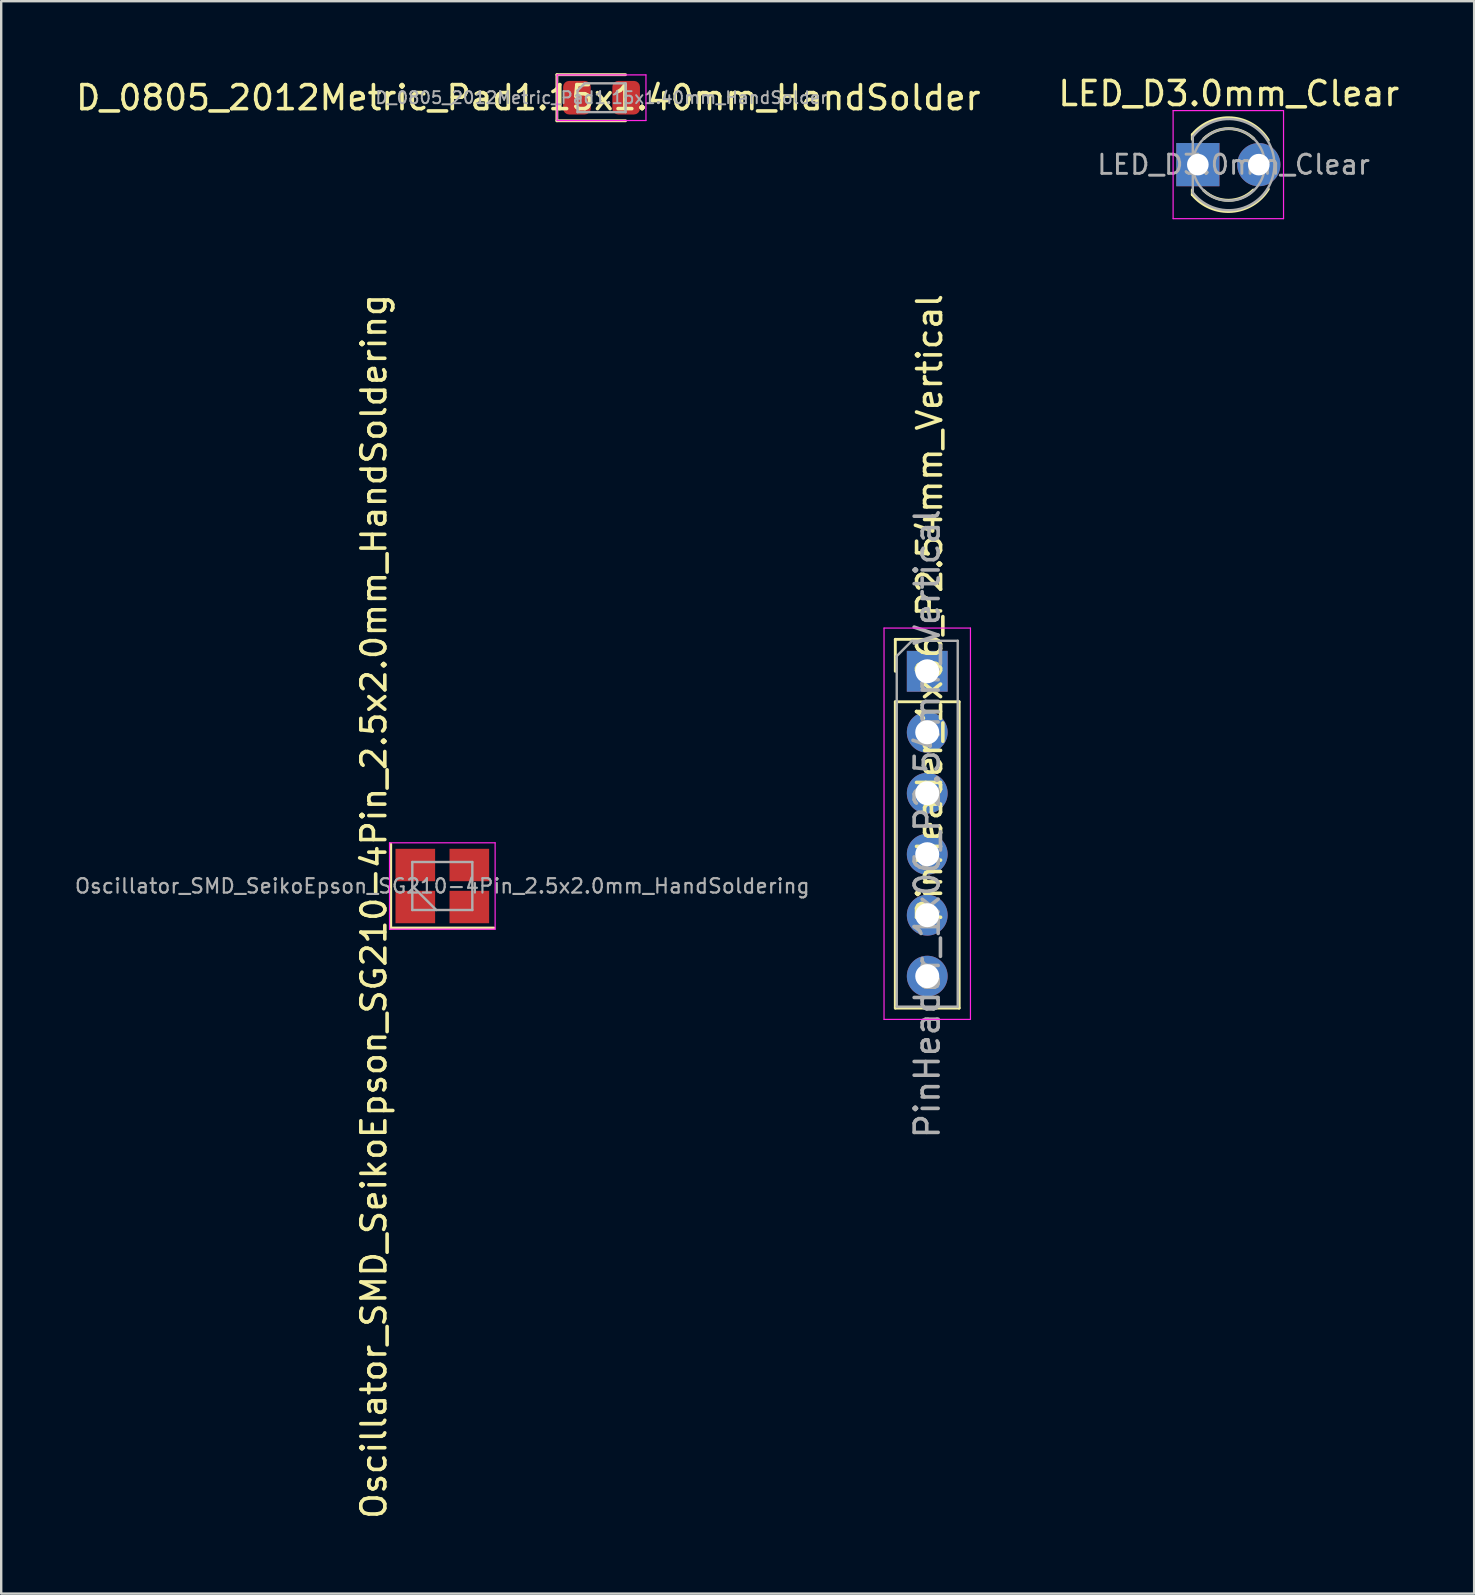
<source format=kicad_pcb>
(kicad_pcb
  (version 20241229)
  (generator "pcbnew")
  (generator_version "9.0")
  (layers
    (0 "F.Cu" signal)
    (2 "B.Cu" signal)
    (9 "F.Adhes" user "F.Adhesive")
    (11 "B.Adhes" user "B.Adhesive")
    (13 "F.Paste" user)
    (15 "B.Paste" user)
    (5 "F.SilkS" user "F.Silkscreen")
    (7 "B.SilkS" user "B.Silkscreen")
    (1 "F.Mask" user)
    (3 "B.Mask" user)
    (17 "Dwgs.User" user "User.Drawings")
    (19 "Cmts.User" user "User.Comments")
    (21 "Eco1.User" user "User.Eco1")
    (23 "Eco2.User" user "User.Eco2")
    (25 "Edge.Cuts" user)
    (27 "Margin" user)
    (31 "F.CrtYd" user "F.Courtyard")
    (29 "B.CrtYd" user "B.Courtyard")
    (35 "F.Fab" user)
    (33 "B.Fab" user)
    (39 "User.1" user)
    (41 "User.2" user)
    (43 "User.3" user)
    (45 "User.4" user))
  (footprint "D_0805_2012Metric_Pad1.15x1.40mm_HandSolder"
    (layer "F.Cu")
    (at 22.008 1.02)
    (property "Reference" "D_0805_2012Metric_Pad1.15x1.40mm_HandSolder" (at -3.05 0 0) (layer "F.SilkS") (effects (font (size 1 1) (thickness 0.15))))
    (attr smd)
    (fp_line (start -1.86 -0.96) (end -1.86 0.96) (stroke (width 0.12) (type solid)) (layer "F.SilkS"))
    (fp_line (start -1.86 0.96) (end 1 0.96) (stroke (width 0.12) (type solid)) (layer "F.SilkS"))
    (fp_line (start 1 -0.96) (end -1.86 -0.96) (stroke (width 0.12) (type solid)) (layer "F.SilkS"))
    (fp_line (start -1.85 -0.95) (end 1.85 -0.95) (stroke (width 0.05) (type solid)) (layer "F.CrtYd"))
    (fp_line (start -1.85 0.95) (end -1.85 -0.95) (stroke (width 0.05) (type solid)) (layer "F.CrtYd"))
    (fp_line (start 1.85 -0.95) (end 1.85 0.95) (stroke (width 0.05) (type solid)) (layer "F.CrtYd"))
    (fp_line (start 1.85 0.95) (end -1.85 0.95) (stroke (width 0.05) (type solid)) (layer "F.CrtYd"))
    (fp_line (start -1 -0.3) (end -1 0.6) (stroke (width 0.1) (type solid)) (layer "F.Fab"))
    (fp_line (start -1 0.6) (end 1 0.6) (stroke (width 0.1) (type solid)) (layer "F.Fab"))
    (fp_line (start -0.7 -0.6) (end -1 -0.3) (stroke (width 0.1) (type solid)) (layer "F.Fab"))
    (fp_line (start 1 -0.6) (end -0.7 -0.6) (stroke (width 0.1) (type solid)) (layer "F.Fab"))
    (fp_line (start 1 0.6) (end 1 -0.6) (stroke (width 0.1) (type solid)) (layer "F.Fab"))
    (fp_text user "${REFERENCE}" (at 0 0 0) (layer "F.Fab") (effects (font (size 0.5 0.5) (thickness 0.08))))
    (pad "1" smd roundrect (at -1.025 0) (size 1.15 1.4) (layers "F.Cu" "F.Mask" "F.Paste") (roundrect_rratio 0.217))
    (pad "2" smd roundrect (at 1.025 0) (size 1.15 1.4) (layers "F.Cu" "F.Mask" "F.Paste") (roundrect_rratio 0.217)))
  (footprint "LED_D3.0mm_Clear"
    (layer "F.Cu")
    (at 48.117 3.808)
    (property "Reference" "LED_D3.0mm_Clear" (at 0.02 -2.96 0) (layer "F.SilkS") (effects (font (size 1 1) (thickness 0.15))))
    (attr through_hole)
    (fp_circle (center 0 0) (end 1.2 0) (stroke (width 0) (type solid)) (fill yes) (layer "F.Mask"))
    (fp_circle (center 0 0) (end 1.2 0) (stroke (width 0) (type solid)) (fill yes) (layer "B.Mask"))
    (fp_line (start -1.5 -1.25) (end -1.5 -1.05) (stroke (width 0.12) (type solid)) (layer "F.SilkS"))
    (fp_line (start -1.5 1.05) (end -1.5 1.25) (stroke (width 0.12) (type solid)) (layer "F.SilkS"))
    (fp_arc (start -1.5 -1.25) (mid 0.143191 -1.947305) (end 1.66671 -1.017142) (stroke (width 0.12) (type solid)) (layer "F.SilkS"))
    (fp_arc (start -1.02 -1.08) (mid 0.020809 -1.499333) (end 1.061165 -1.078877) (stroke (width 0.12) (type solid)) (layer "F.SilkS"))
    (fp_arc (start 1.041898 1.05889) (mid 0.015208 1.485452) (end -1.02 1.08) (stroke (width 0.12) (type solid)) (layer "F.SilkS"))
    (fp_arc (start 1.66671 1.017142) (mid 0.143191 1.947305) (end -1.5 1.25) (stroke (width 0.12) (type solid)) (layer "F.SilkS"))
    (fp_line (start -2.3 -2.25) (end -2.3 2.25) (stroke (width 0.05) (type solid)) (layer "F.CrtYd"))
    (fp_line (start -2.3 2.25) (end 2.3 2.25) (stroke (width 0.05) (type solid)) (layer "F.CrtYd"))
    (fp_line (start 2.3 -2.25) (end -2.3 -2.25) (stroke (width 0.05) (type solid)) (layer "F.CrtYd"))
    (fp_line (start 2.3 2.25) (end 2.3 -2.25) (stroke (width 0.05) (type solid)) (layer "F.CrtYd"))
    (fp_line (start -1.48 -1.166) (end -1.48 1.166) (stroke (width 0.1) (type solid)) (layer "F.Fab"))
    (fp_arc (start -1.48 -1.16619) (mid 1.92 0.000452) (end -1.480555 1.165476) (stroke (width 0.1) (type solid)) (layer "F.Fab"))
    (fp_circle (center 0.02 0) (end 1.52 0) (stroke (width 0.1) (type solid)) (fill no) (layer "F.Fab"))
    (fp_text user "${REFERENCE}" (at 0.22 0 0) (layer "F.Fab") (effects (font (size 0.8 0.8) (thickness 0.12))))
    (pad "1" thru_hole rect (at -1.27 0) (size 1.8 1.8) (drill 0.9) (layers "*.Cu" "*.Mask"))
    (pad "2" thru_hole circle (at 1.27 0) (size 1.8 1.8) (drill 0.9) (layers "*.Cu" "*.Mask"))
    (zone (net_name "") (layers "F.Cu" "B.Cu") (hatch edge 0.508) (connect_pads) (min_thickness 0.254) (filled_areas_thickness no) (keepout (tracks allowed) (vias allowed) (pads allowed) (copperpour not_allowed) (footprints allowed)) (placement (enabled no)) (fill) (polygon (pts (xy 49.317 5.108) (xy 47.117 5.108) (xy 47.117 2.508) (xy 49.317 2.508)))))
  (footprint "Oscillator_SMD_SeikoEpson_SG210-4Pin_2.5x2.0mm_HandSoldering"
    (layer "F.Cu")
    (at 15.375 33.858)
    (property "Reference" "Oscillator_SMD_SeikoEpson_SG210-4Pin_2.5x2.0mm_HandSoldering" (at -2.85 0.85 270) (layer "F.SilkS") (effects (font (size 1 1) (thickness 0.15))))
    (attr smd)
    (fp_line (start -2.15 -1.75) (end -2.15 1.75) (stroke (width 0.12) (type solid)) (layer "F.SilkS"))
    (fp_line (start -2.15 1.75) (end 2.15 1.75) (stroke (width 0.12) (type solid)) (layer "F.SilkS"))
    (fp_line (start -2.2 -1.8) (end -2.2 1.8) (stroke (width 0.05) (type solid)) (layer "F.CrtYd"))
    (fp_line (start -2.2 1.8) (end 2.2 1.8) (stroke (width 0.05) (type solid)) (layer "F.CrtYd"))
    (fp_line (start 2.2 -1.8) (end -2.2 -1.8) (stroke (width 0.05) (type solid)) (layer "F.CrtYd"))
    (fp_line (start 2.2 1.8) (end 2.2 -1.8) (stroke (width 0.05) (type solid)) (layer "F.CrtYd"))
    (fp_line (start -1.25 -1) (end -1.25 1) (stroke (width 0.1) (type solid)) (layer "F.Fab"))
    (fp_line (start -1.25 0) (end -0.25 1) (stroke (width 0.1) (type solid)) (layer "F.Fab"))
    (fp_line (start -1.25 1) (end 1.25 1) (stroke (width 0.1) (type solid)) (layer "F.Fab"))
    (fp_line (start 1.25 -1) (end -1.25 -1) (stroke (width 0.1) (type solid)) (layer "F.Fab"))
    (fp_line (start 1.25 1) (end 1.25 -1) (stroke (width 0.1) (type solid)) (layer "F.Fab"))
    (fp_text user "${REFERENCE}" (at 0 0 0) (layer "F.Fab") (effects (font (size 0.6 0.6) (thickness 0.09))))
    (pad "1" smd rect (at -1.125 0.875) (size 1.65 1.35) (layers "F.Cu" "F.Mask" "F.Paste"))
    (pad "2" smd rect (at 1.125 0.875) (size 1.65 1.35) (layers "F.Cu" "F.Mask" "F.Paste"))
    (pad "3" smd rect (at 1.125 -0.875) (size 1.65 1.35) (layers "F.Cu" "F.Mask" "F.Paste"))
    (pad "4" smd rect (at -1.125 -0.875) (size 1.65 1.35) (layers "F.Cu" "F.Mask" "F.Paste")))
  (footprint "PinHeader_1x06_P2.54mm_Vertical"
    (layer "F.Cu")
    (at 35.575 24.913)
    (property "Reference" "PinHeader_1x06_P2.54mm_Vertical" (at 0.1 -2.61 90) (layer "F.SilkS") (effects (font (size 1 1) (thickness 0.15))))
    (attr through_hole)
    (fp_line (start -1.33 -1.33) (end 0 -1.33) (stroke (width 0.12) (type solid)) (layer "F.SilkS"))
    (fp_line (start -1.33 0) (end -1.33 -1.33) (stroke (width 0.12) (type solid)) (layer "F.SilkS"))
    (fp_line (start -1.33 1.27) (end -1.33 14.03) (stroke (width 0.12) (type solid)) (layer "F.SilkS"))
    (fp_line (start -1.33 1.27) (end 1.33 1.27) (stroke (width 0.12) (type solid)) (layer "F.SilkS"))
    (fp_line (start -1.33 14.03) (end 1.33 14.03) (stroke (width 0.12) (type solid)) (layer "F.SilkS"))
    (fp_line (start 1.33 1.27) (end 1.33 14.03) (stroke (width 0.12) (type solid)) (layer "F.SilkS"))
    (fp_line (start -1.8 -1.8) (end -1.8 14.5) (stroke (width 0.05) (type solid)) (layer "F.CrtYd"))
    (fp_line (start -1.8 14.5) (end 1.8 14.5) (stroke (width 0.05) (type solid)) (layer "F.CrtYd"))
    (fp_line (start 1.8 -1.8) (end -1.8 -1.8) (stroke (width 0.05) (type solid)) (layer "F.CrtYd"))
    (fp_line (start 1.8 14.5) (end 1.8 -1.8) (stroke (width 0.05) (type solid)) (layer "F.CrtYd"))
    (fp_line (start -1.27 -0.635) (end -0.635 -1.27) (stroke (width 0.1) (type solid)) (layer "F.Fab"))
    (fp_line (start -1.27 13.97) (end -1.27 -0.635) (stroke (width 0.1) (type solid)) (layer "F.Fab"))
    (fp_line (start -0.635 -1.27) (end 1.27 -1.27) (stroke (width 0.1) (type solid)) (layer "F.Fab"))
    (fp_line (start 1.27 -1.27) (end 1.27 13.97) (stroke (width 0.1) (type solid)) (layer "F.Fab"))
    (fp_line (start 1.27 13.97) (end -1.27 13.97) (stroke (width 0.1) (type solid)) (layer "F.Fab"))
    (fp_text user "${REFERENCE}" (at 0 6.35 90) (layer "F.Fab") (effects (font (size 1 1) (thickness 0.15))))
    (pad "1" thru_hole rect (at 0 0) (size 1.7 1.7) (drill 1) (layers "*.Cu" "*.Mask"))
    (pad "2" thru_hole oval (at 0 2.54) (size 1.7 1.7) (drill 1) (layers "*.Cu" "*.Mask"))
    (pad "3" thru_hole oval (at 0 5.08) (size 1.7 1.7) (drill 1) (layers "*.Cu" "*.Mask"))
    (pad "4" thru_hole oval (at 0 7.62) (size 1.7 1.7) (drill 1) (layers "*.Cu" "*.Mask"))
    (pad "5" thru_hole oval (at 0 10.16) (size 1.7 1.7) (drill 1) (layers "*.Cu" "*.Mask"))
    (pad "6" thru_hole oval (at 0 12.7) (size 1.7 1.7) (drill 1) (layers "*.Cu" "*.Mask")))
  (gr_rect
    (start -3 -3)
    (end 58.357 63.333)
    (stroke (width 0.1) (type default))
    (fill no)
    (layer "Edge.Cuts")))
</source>
